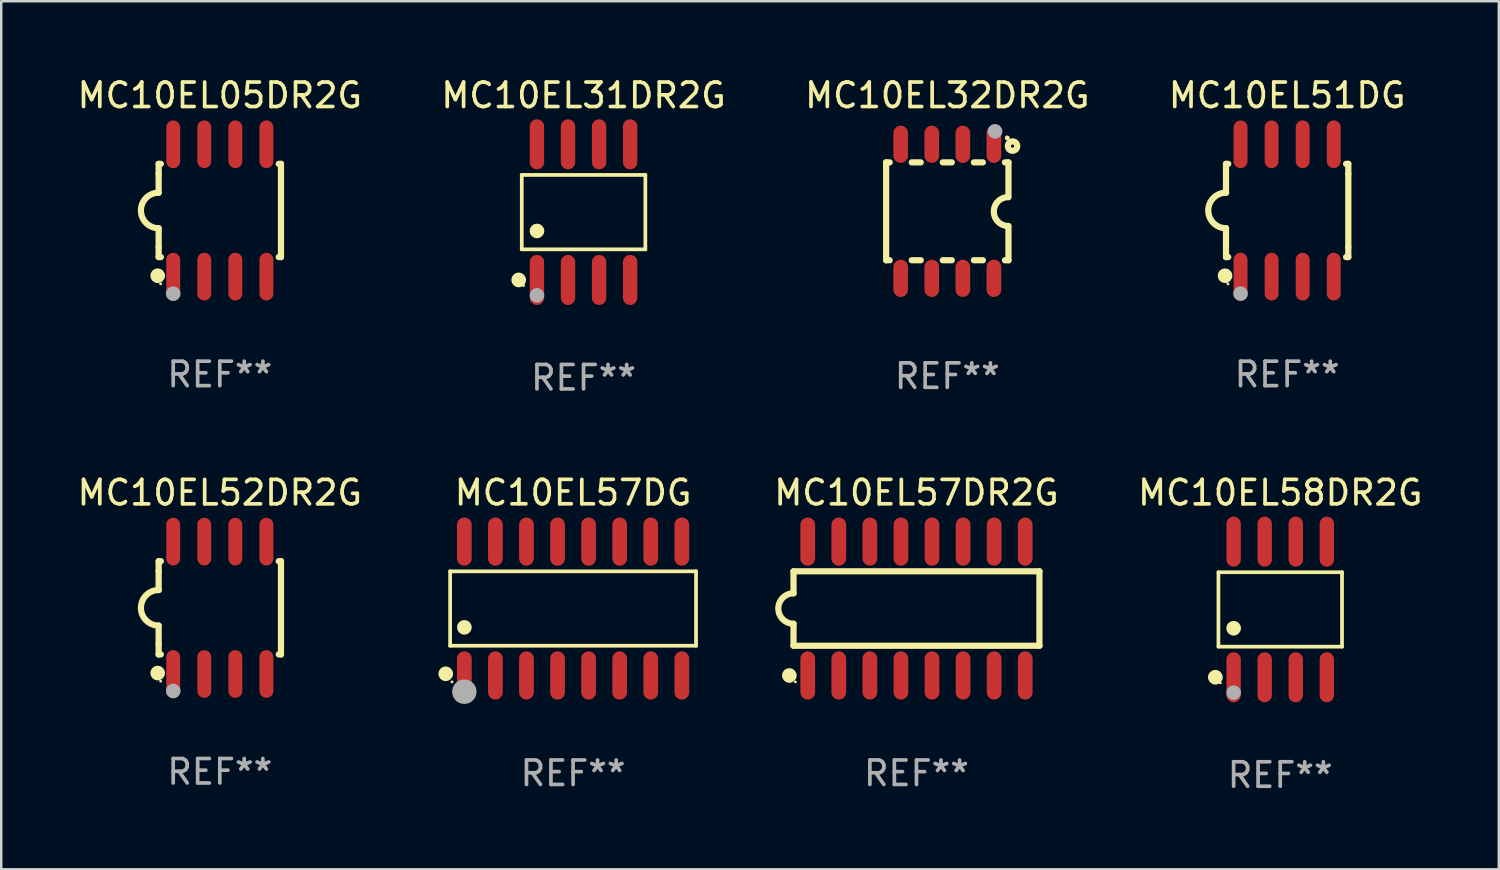
<source format=kicad_pcb>
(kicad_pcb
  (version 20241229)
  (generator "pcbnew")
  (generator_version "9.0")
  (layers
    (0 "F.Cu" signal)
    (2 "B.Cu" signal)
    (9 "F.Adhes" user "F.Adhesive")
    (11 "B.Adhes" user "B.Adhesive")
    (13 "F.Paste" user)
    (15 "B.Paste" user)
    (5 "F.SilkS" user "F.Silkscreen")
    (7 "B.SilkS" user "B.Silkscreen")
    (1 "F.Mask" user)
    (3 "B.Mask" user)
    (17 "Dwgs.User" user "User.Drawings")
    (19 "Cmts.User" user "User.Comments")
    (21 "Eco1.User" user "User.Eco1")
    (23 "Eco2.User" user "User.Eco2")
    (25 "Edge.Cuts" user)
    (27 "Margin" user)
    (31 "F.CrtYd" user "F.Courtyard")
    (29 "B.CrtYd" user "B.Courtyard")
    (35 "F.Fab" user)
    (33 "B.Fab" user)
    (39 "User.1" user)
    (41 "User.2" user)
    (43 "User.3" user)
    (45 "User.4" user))
  (footprint "MC10EL52DR2G"
    (layer "F.Cu")
    (at 5.935 21.795)
    (property "Reference" "MC10EL52DR2G" (at 0 -4.705 0) (layer "F.SilkS") (effects (font (size 1 1) (thickness 0.15))))
    (attr through_hole)
    (fp_line (start -2.5 -1.905) (end -2.409 -1.905) (stroke (width 0.254) (type solid)) (layer "F.SilkS"))
    (fp_line (start -2.5 -1.5) (end -2.5 -1.905) (stroke (width 0.254) (type solid)) (layer "F.SilkS"))
    (fp_line (start -2.5 -1.5) (end -2.5 -0.726) (stroke (width 0.254) (type solid)) (layer "F.SilkS"))
    (fp_line (start -2.5 1.5) (end -2.5 0.727) (stroke (width 0.254) (type solid)) (layer "F.SilkS"))
    (fp_line (start -2.5 1.5) (end -2.5 1.905) (stroke (width 0.254) (type solid)) (layer "F.SilkS"))
    (fp_line (start -2.5 1.905) (end -2.409 1.905) (stroke (width 0.254) (type solid)) (layer "F.SilkS"))
    (fp_line (start 2.5 -1.905) (end 2.409 -1.905) (stroke (width 0.254) (type solid)) (layer "F.SilkS"))
    (fp_line (start 2.5 -1.5) (end 2.5 -1.905) (stroke (width 0.254) (type solid)) (layer "F.SilkS"))
    (fp_line (start 2.5 -1.5) (end 2.5 1.5) (stroke (width 0.254) (type solid)) (layer "F.SilkS"))
    (fp_line (start 2.5 1.5) (end 2.5 1.905) (stroke (width 0.254) (type solid)) (layer "F.SilkS"))
    (fp_line (start 2.5 1.905) (end 2.409 1.905) (stroke (width 0.254) (type solid)) (layer "F.SilkS"))
    (fp_arc (start -2.5 0.726568) (mid -3.220316 -0.0023) (end -2.495097 -0.726289) (stroke (width 0.254001) (type solid)) (layer "F.SilkS"))
    (fp_circle (center -2.54 2.667) (end -2.39 2.667) (stroke (width 0.3) (type solid)) (fill no) (layer "F.SilkS"))
    (fp_circle (center -2.42 3) (end -2.39 3) (stroke (width 0.06) (type solid)) (fill no) (layer "F.SilkS"))
    (fp_circle (center -1.905 3.4) (end -1.755 3.4) (stroke (width 0.3) (type solid)) (fill no) (layer "F.Fab"))
    (fp_text user "REF**" (at 0 6.705 0) (layer "F.Fab") (effects (font (size 1 1) (thickness 0.15))))
    (pad "1" smd oval (at -1.905 2.705) (size 0.568 1.95) (layers "F.Cu" "F.Mask" "F.Paste"))
    (pad "2" smd oval (at -0.635 2.705) (size 0.568 1.95) (layers "F.Cu" "F.Mask" "F.Paste"))
    (pad "3" smd oval (at 0.635 2.705) (size 0.568 1.95) (layers "F.Cu" "F.Mask" "F.Paste"))
    (pad "4" smd oval (at 1.905 2.705) (size 0.568 1.95) (layers "F.Cu" "F.Mask" "F.Paste"))
    (pad "5" smd oval (at 1.905 -2.705) (size 0.568 1.95) (layers "F.Cu" "F.Mask" "F.Paste"))
    (pad "6" smd oval (at 0.635 -2.705) (size 0.568 1.95) (layers "F.Cu" "F.Mask" "F.Paste"))
    (pad "7" smd oval (at -0.635 -2.705) (size 0.568 1.95) (layers "F.Cu" "F.Mask" "F.Paste"))
    (pad "8" smd oval (at -1.905 -2.705) (size 0.568 1.95) (layers "F.Cu" "F.Mask" "F.Paste")))
  (footprint "MC10EL58DR2G"
    (layer "F.Cu")
    (at 49.282 21.862)
    (property "Reference" "MC10EL58DR2G" (at 0 -4.772 0) (layer "F.SilkS") (effects (font (size 1 1) (thickness 0.15))))
    (attr through_hole)
    (fp_line (start -2.526 -1.521) (end 2.526 -1.521) (stroke (width 0.152) (type solid)) (layer "F.SilkS"))
    (fp_line (start -2.526 1.521) (end -2.526 -1.521) (stroke (width 0.152) (type solid)) (layer "F.SilkS"))
    (fp_line (start 2.526 -1.521) (end 2.526 1.521) (stroke (width 0.152) (type solid)) (layer "F.SilkS"))
    (fp_line (start 2.526 1.521) (end -2.526 1.521) (stroke (width 0.152) (type solid)) (layer "F.SilkS"))
    (fp_circle (center -2.652 2.772) (end -2.501 2.772) (stroke (width 0.3) (type solid)) (fill no) (layer "F.SilkS"))
    (fp_circle (center -2.45 3) (end -2.42 3) (stroke (width 0.06) (type solid)) (fill no) (layer "F.SilkS"))
    (fp_circle (center -1.905 0.769) (end -1.755 0.769) (stroke (width 0.3) (type solid)) (fill no) (layer "F.SilkS"))
    (fp_circle (center -1.905 3.4) (end -1.755 3.4) (stroke (width 0.3) (type solid)) (fill no) (layer "F.Fab"))
    (fp_text user "REF**" (at 0 6.772 0) (layer "F.Fab") (effects (font (size 1 1) (thickness 0.15))))
    (pad "1" smd oval (at -1.905 2.772) (size 0.588 2.045) (layers "F.Cu" "F.Mask" "F.Paste"))
    (pad "2" smd oval (at -0.635 2.772) (size 0.588 2.045) (layers "F.Cu" "F.Mask" "F.Paste"))
    (pad "3" smd oval (at 0.635 2.772) (size 0.588 2.045) (layers "F.Cu" "F.Mask" "F.Paste"))
    (pad "4" smd oval (at 1.905 2.772) (size 0.588 2.045) (layers "F.Cu" "F.Mask" "F.Paste"))
    (pad "5" smd oval (at 1.905 -2.772) (size 0.588 2.045) (layers "F.Cu" "F.Mask" "F.Paste"))
    (pad "6" smd oval (at 0.635 -2.772) (size 0.588 2.045) (layers "F.Cu" "F.Mask" "F.Paste"))
    (pad "7" smd oval (at -0.635 -2.772) (size 0.588 2.045) (layers "F.Cu" "F.Mask" "F.Paste"))
    (pad "8" smd oval (at -1.905 -2.772) (size 0.588 2.045) (layers "F.Cu" "F.Mask" "F.Paste")))
  (footprint "MC10EL31DR2G"
    (layer "F.Cu")
    (at 20.804 5.621)
    (property "Reference" "MC10EL31DR2G" (at 0 -4.772 0) (layer "F.SilkS") (effects (font (size 1 1) (thickness 0.15))))
    (attr through_hole)
    (fp_line (start -2.526 -1.521) (end 2.526 -1.521) (stroke (width 0.152) (type solid)) (layer "F.SilkS"))
    (fp_line (start -2.526 1.521) (end -2.526 -1.521) (stroke (width 0.152) (type solid)) (layer "F.SilkS"))
    (fp_line (start 2.526 -1.521) (end 2.526 1.521) (stroke (width 0.152) (type solid)) (layer "F.SilkS"))
    (fp_line (start 2.526 1.521) (end -2.526 1.521) (stroke (width 0.152) (type solid)) (layer "F.SilkS"))
    (fp_circle (center -2.652 2.772) (end -2.501 2.772) (stroke (width 0.3) (type solid)) (fill no) (layer "F.SilkS"))
    (fp_circle (center -2.45 3) (end -2.42 3) (stroke (width 0.06) (type solid)) (fill no) (layer "F.SilkS"))
    (fp_circle (center -1.905 0.769) (end -1.755 0.769) (stroke (width 0.3) (type solid)) (fill no) (layer "F.SilkS"))
    (fp_circle (center -1.905 3.4) (end -1.755 3.4) (stroke (width 0.3) (type solid)) (fill no) (layer "F.Fab"))
    (fp_text user "REF**" (at 0 6.772 0) (layer "F.Fab") (effects (font (size 1 1) (thickness 0.15))))
    (pad "1" smd oval (at -1.905 2.772) (size 0.588 2.045) (layers "F.Cu" "F.Mask" "F.Paste"))
    (pad "2" smd oval (at -0.635 2.772) (size 0.588 2.045) (layers "F.Cu" "F.Mask" "F.Paste"))
    (pad "3" smd oval (at 0.635 2.772) (size 0.588 2.045) (layers "F.Cu" "F.Mask" "F.Paste"))
    (pad "4" smd oval (at 1.905 2.772) (size 0.588 2.045) (layers "F.Cu" "F.Mask" "F.Paste"))
    (pad "5" smd oval (at 1.905 -2.772) (size 0.588 2.045) (layers "F.Cu" "F.Mask" "F.Paste"))
    (pad "6" smd oval (at 0.635 -2.772) (size 0.588 2.045) (layers "F.Cu" "F.Mask" "F.Paste"))
    (pad "7" smd oval (at -0.635 -2.772) (size 0.588 2.045) (layers "F.Cu" "F.Mask" "F.Paste"))
    (pad "8" smd oval (at -1.905 -2.772) (size 0.588 2.045) (layers "F.Cu" "F.Mask" "F.Paste")))
  (footprint "MC10EL57DR2G"
    (layer "F.Cu")
    (at 34.413 21.825)
    (property "Reference" "MC10EL57DR2G" (at 0 -4.736 0) (layer "F.SilkS") (effects (font (size 1 1) (thickness 0.15))))
    (attr through_hole)
    (fp_line (start -5.026 -1.521) (end -5.026 -0.621) (stroke (width 0.254) (type solid)) (layer "F.SilkS"))
    (fp_line (start -5.026 -1.521) (end 5.026 -1.521) (stroke (width 0.254) (type solid)) (layer "F.SilkS"))
    (fp_line (start -5.026 1.521) (end -5.026 0.621) (stroke (width 0.254) (type solid)) (layer "F.SilkS"))
    (fp_line (start 5.026 -1.521) (end 5.026 1.521) (stroke (width 0.254) (type solid)) (layer "F.SilkS"))
    (fp_line (start 5.026 1.521) (end -5.026 1.521) (stroke (width 0.254) (type solid)) (layer "F.SilkS"))
    (fp_arc (start -5.026187 0.621387) (mid -5.647752 -0.000787) (end -5.025781 -0.622555) (stroke (width 0.254001) (type solid)) (layer "F.SilkS"))
    (fp_circle (center -5.198 2.736) (end -5.048 2.736) (stroke (width 0.3) (type solid)) (fill no) (layer "F.SilkS"))
    (fp_circle (center -4.95 3) (end -4.92 3) (stroke (width 0.06) (type solid)) (fill no) (layer "F.SilkS"))
    (fp_text user "REF**" (at 0 6.736 0) (layer "F.Fab") (effects (font (size 1 1) (thickness 0.15))))
    (pad "1" smd oval (at -4.445 2.736) (size 0.602 1.971) (layers "F.Cu" "F.Mask" "F.Paste"))
    (pad "2" smd oval (at -3.175 2.736) (size 0.602 1.971) (layers "F.Cu" "F.Mask" "F.Paste"))
    (pad "3" smd oval (at -1.905 2.736) (size 0.602 1.971) (layers "F.Cu" "F.Mask" "F.Paste"))
    (pad "4" smd oval (at -0.635 2.736) (size 0.602 1.971) (layers "F.Cu" "F.Mask" "F.Paste"))
    (pad "5" smd oval (at 0.635 2.736) (size 0.602 1.971) (layers "F.Cu" "F.Mask" "F.Paste"))
    (pad "6" smd oval (at 1.905 2.736) (size 0.602 1.971) (layers "F.Cu" "F.Mask" "F.Paste"))
    (pad "7" smd oval (at 3.175 2.736) (size 0.602 1.971) (layers "F.Cu" "F.Mask" "F.Paste"))
    (pad "8" smd oval (at 4.445 2.736) (size 0.602 1.971) (layers "F.Cu" "F.Mask" "F.Paste"))
    (pad "9" smd oval (at 4.445 -2.736) (size 0.602 1.971) (layers "F.Cu" "F.Mask" "F.Paste"))
    (pad "10" smd oval (at 3.175 -2.736) (size 0.602 1.971) (layers "F.Cu" "F.Mask" "F.Paste"))
    (pad "11" smd oval (at 1.905 -2.736) (size 0.602 1.971) (layers "F.Cu" "F.Mask" "F.Paste"))
    (pad "12" smd oval (at 0.635 -2.736) (size 0.602 1.971) (layers "F.Cu" "F.Mask" "F.Paste"))
    (pad "13" smd oval (at -0.635 -2.736) (size 0.602 1.971) (layers "F.Cu" "F.Mask" "F.Paste"))
    (pad "14" smd oval (at -1.905 -2.736) (size 0.602 1.971) (layers "F.Cu" "F.Mask" "F.Paste"))
    (pad "15" smd oval (at -3.175 -2.736) (size 0.602 1.971) (layers "F.Cu" "F.Mask" "F.Paste"))
    (pad "16" smd oval (at -4.445 -2.736) (size 0.602 1.971) (layers "F.Cu" "F.Mask" "F.Paste")))
  (footprint "MC10EL05DR2G"
    (layer "F.Cu")
    (at 5.935 5.553)
    (property "Reference" "MC10EL05DR2G" (at 0 -4.705 0) (layer "F.SilkS") (effects (font (size 1 1) (thickness 0.15))))
    (attr through_hole)
    (fp_line (start -2.5 -1.905) (end -2.409 -1.905) (stroke (width 0.254) (type solid)) (layer "F.SilkS"))
    (fp_line (start -2.5 -1.5) (end -2.5 -1.905) (stroke (width 0.254) (type solid)) (layer "F.SilkS"))
    (fp_line (start -2.5 -1.5) (end -2.5 -0.726) (stroke (width 0.254) (type solid)) (layer "F.SilkS"))
    (fp_line (start -2.5 1.5) (end -2.5 0.727) (stroke (width 0.254) (type solid)) (layer "F.SilkS"))
    (fp_line (start -2.5 1.5) (end -2.5 1.905) (stroke (width 0.254) (type solid)) (layer "F.SilkS"))
    (fp_line (start -2.5 1.905) (end -2.409 1.905) (stroke (width 0.254) (type solid)) (layer "F.SilkS"))
    (fp_line (start 2.5 -1.905) (end 2.409 -1.905) (stroke (width 0.254) (type solid)) (layer "F.SilkS"))
    (fp_line (start 2.5 -1.5) (end 2.5 -1.905) (stroke (width 0.254) (type solid)) (layer "F.SilkS"))
    (fp_line (start 2.5 -1.5) (end 2.5 1.5) (stroke (width 0.254) (type solid)) (layer "F.SilkS"))
    (fp_line (start 2.5 1.5) (end 2.5 1.905) (stroke (width 0.254) (type solid)) (layer "F.SilkS"))
    (fp_line (start 2.5 1.905) (end 2.409 1.905) (stroke (width 0.254) (type solid)) (layer "F.SilkS"))
    (fp_arc (start -2.5 0.726568) (mid -3.220316 -0.0023) (end -2.495097 -0.726289) (stroke (width 0.254001) (type solid)) (layer "F.SilkS"))
    (fp_circle (center -2.54 2.667) (end -2.39 2.667) (stroke (width 0.3) (type solid)) (fill no) (layer "F.SilkS"))
    (fp_circle (center -2.42 3) (end -2.39 3) (stroke (width 0.06) (type solid)) (fill no) (layer "F.SilkS"))
    (fp_circle (center -1.905 3.4) (end -1.755 3.4) (stroke (width 0.3) (type solid)) (fill no) (layer "F.Fab"))
    (fp_text user "REF**" (at 0 6.705 0) (layer "F.Fab") (effects (font (size 1 1) (thickness 0.15))))
    (pad "1" smd oval (at -1.905 2.705) (size 0.568 1.95) (layers "F.Cu" "F.Mask" "F.Paste"))
    (pad "2" smd oval (at -0.635 2.705) (size 0.568 1.95) (layers "F.Cu" "F.Mask" "F.Paste"))
    (pad "3" smd oval (at 0.635 2.705) (size 0.568 1.95) (layers "F.Cu" "F.Mask" "F.Paste"))
    (pad "4" smd oval (at 1.905 2.705) (size 0.568 1.95) (layers "F.Cu" "F.Mask" "F.Paste"))
    (pad "5" smd oval (at 1.905 -2.705) (size 0.568 1.95) (layers "F.Cu" "F.Mask" "F.Paste"))
    (pad "6" smd oval (at 0.635 -2.705) (size 0.568 1.95) (layers "F.Cu" "F.Mask" "F.Paste"))
    (pad "7" smd oval (at -0.635 -2.705) (size 0.568 1.95) (layers "F.Cu" "F.Mask" "F.Paste"))
    (pad "8" smd oval (at -1.905 -2.705) (size 0.568 1.95) (layers "F.Cu" "F.Mask" "F.Paste")))
  (footprint "MC10EL32DR2G"
    (layer "F.Cu")
    (at 35.673 5.588)
    (property "Reference" "MC10EL32DR2G" (at 0 -4.74 0) (layer "F.SilkS") (effects (font (size 1 1) (thickness 0.15))))
    (attr through_hole)
    (fp_line (start -2.5 2) (end -2.5 -2) (stroke (width 0.254) (type solid)) (layer "F.SilkS"))
    (fp_line (start -2.356 -2) (end -2.5 -2) (stroke (width 0.254) (type solid)) (layer "F.SilkS"))
    (fp_line (start -2.356 2) (end -2.5 2) (stroke (width 0.254) (type solid)) (layer "F.SilkS"))
    (fp_line (start -1.086 -2) (end -1.454 -2) (stroke (width 0.254) (type solid)) (layer "F.SilkS"))
    (fp_line (start -1.086 2) (end -1.454 2) (stroke (width 0.254) (type solid)) (layer "F.SilkS"))
    (fp_line (start 0.184 -2) (end -0.184 -2) (stroke (width 0.254) (type solid)) (layer "F.SilkS"))
    (fp_line (start 0.184 2) (end -0.184 2) (stroke (width 0.254) (type solid)) (layer "F.SilkS"))
    (fp_line (start 1.454 -2) (end 1.086 -2) (stroke (width 0.254) (type solid)) (layer "F.SilkS"))
    (fp_line (start 1.454 2) (end 1.086 2) (stroke (width 0.254) (type solid)) (layer "F.SilkS"))
    (fp_line (start 2.5 -2) (end 2.356 -2) (stroke (width 0.254) (type solid)) (layer "F.SilkS"))
    (fp_line (start 2.5 -0.58) (end 2.5 -2) (stroke (width 0.254) (type solid)) (layer "F.SilkS"))
    (fp_line (start 2.5 2) (end 2.356 2) (stroke (width 0.254) (type solid)) (layer "F.SilkS"))
    (fp_line (start 2.5 2) (end 2.5 0.6) (stroke (width 0.254) (type solid)) (layer "F.SilkS"))
    (fp_arc (start 2.489992 0.600051) (mid 1.901674 0.010046) (end 2.489992 -0.579959) (stroke (width 0.254001) (type solid)) (layer "F.SilkS"))
    (fp_circle (center 2.45 -3) (end 2.5 -3) (stroke (width 0.1) (type solid)) (fill no) (layer "F.SilkS"))
    (fp_circle (center 2.667 -2.667) (end 2.858 -2.667) (stroke (width 0.254) (type solid)) (fill no) (layer "F.SilkS"))
    (fp_circle (center 1.95 -3.27) (end 2.1 -3.27) (stroke (width 0.3) (type solid)) (fill no) (layer "F.Fab"))
    (fp_text user "REF**" (at 0 6.74 0) (layer "F.Fab") (effects (font (size 1 1) (thickness 0.15))))
    (pad "1" smd oval (at 1.905 -2.74) (size 0.6 1.52) (layers "F.Cu" "F.Mask" "F.Paste"))
    (pad "2" smd oval (at 0.635 -2.74) (size 0.6 1.52) (layers "F.Cu" "F.Mask" "F.Paste"))
    (pad "3" smd oval (at -0.635 -2.74) (size 0.6 1.52) (layers "F.Cu" "F.Mask" "F.Paste"))
    (pad "4" smd oval (at -1.905 -2.74) (size 0.6 1.52) (layers "F.Cu" "F.Mask" "F.Paste"))
    (pad "5" smd oval (at -1.905 2.74) (size 0.6 1.52) (layers "F.Cu" "F.Mask" "F.Paste"))
    (pad "6" smd oval (at -0.635 2.74) (size 0.6 1.52) (layers "F.Cu" "F.Mask" "F.Paste"))
    (pad "7" smd oval (at 0.635 2.74) (size 0.6 1.52) (layers "F.Cu" "F.Mask" "F.Paste"))
    (pad "8" smd oval (at 1.905 2.74) (size 0.6 1.52) (layers "F.Cu" "F.Mask" "F.Paste")))
  (footprint "MC10EL51DG"
    (layer "F.Cu")
    (at 49.565 5.553)
    (property "Reference" "MC10EL51DG" (at 0 -4.705 0) (layer "F.SilkS") (effects (font (size 1 1) (thickness 0.15))))
    (attr through_hole)
    (fp_line (start -2.5 -1.905) (end -2.409 -1.905) (stroke (width 0.254) (type solid)) (layer "F.SilkS"))
    (fp_line (start -2.5 -1.5) (end -2.5 -1.905) (stroke (width 0.254) (type solid)) (layer "F.SilkS"))
    (fp_line (start -2.5 -1.5) (end -2.5 -0.726) (stroke (width 0.254) (type solid)) (layer "F.SilkS"))
    (fp_line (start -2.5 1.5) (end -2.5 0.727) (stroke (width 0.254) (type solid)) (layer "F.SilkS"))
    (fp_line (start -2.5 1.5) (end -2.5 1.905) (stroke (width 0.254) (type solid)) (layer "F.SilkS"))
    (fp_line (start -2.5 1.905) (end -2.409 1.905) (stroke (width 0.254) (type solid)) (layer "F.SilkS"))
    (fp_line (start 2.5 -1.905) (end 2.409 -1.905) (stroke (width 0.254) (type solid)) (layer "F.SilkS"))
    (fp_line (start 2.5 -1.5) (end 2.5 -1.905) (stroke (width 0.254) (type solid)) (layer "F.SilkS"))
    (fp_line (start 2.5 -1.5) (end 2.5 1.5) (stroke (width 0.254) (type solid)) (layer "F.SilkS"))
    (fp_line (start 2.5 1.5) (end 2.5 1.905) (stroke (width 0.254) (type solid)) (layer "F.SilkS"))
    (fp_line (start 2.5 1.905) (end 2.409 1.905) (stroke (width 0.254) (type solid)) (layer "F.SilkS"))
    (fp_arc (start -2.5 0.726568) (mid -3.220316 -0.0023) (end -2.495097 -0.726289) (stroke (width 0.254001) (type solid)) (layer "F.SilkS"))
    (fp_circle (center -2.54 2.667) (end -2.39 2.667) (stroke (width 0.3) (type solid)) (fill no) (layer "F.SilkS"))
    (fp_circle (center -2.42 3) (end -2.39 3) (stroke (width 0.06) (type solid)) (fill no) (layer "F.SilkS"))
    (fp_circle (center -1.905 3.4) (end -1.755 3.4) (stroke (width 0.3) (type solid)) (fill no) (layer "F.Fab"))
    (fp_text user "REF**" (at 0 6.705 0) (layer "F.Fab") (effects (font (size 1 1) (thickness 0.15))))
    (pad "1" smd oval (at -1.905 2.705) (size 0.568 1.95) (layers "F.Cu" "F.Mask" "F.Paste"))
    (pad "2" smd oval (at -0.635 2.705) (size 0.568 1.95) (layers "F.Cu" "F.Mask" "F.Paste"))
    (pad "3" smd oval (at 0.635 2.705) (size 0.568 1.95) (layers "F.Cu" "F.Mask" "F.Paste"))
    (pad "4" smd oval (at 1.905 2.705) (size 0.568 1.95) (layers "F.Cu" "F.Mask" "F.Paste"))
    (pad "5" smd oval (at 1.905 -2.705) (size 0.568 1.95) (layers "F.Cu" "F.Mask" "F.Paste"))
    (pad "6" smd oval (at 0.635 -2.705) (size 0.568 1.95) (layers "F.Cu" "F.Mask" "F.Paste"))
    (pad "7" smd oval (at -0.635 -2.705) (size 0.568 1.95) (layers "F.Cu" "F.Mask" "F.Paste"))
    (pad "8" smd oval (at -1.905 -2.705) (size 0.568 1.95) (layers "F.Cu" "F.Mask" "F.Paste")))
  (footprint "MC10EL57DG"
    (layer "F.Cu")
    (at 20.376 21.825)
    (property "Reference" "MC10EL57DG" (at 0 -4.736 0) (layer "F.SilkS") (effects (font (size 1 1) (thickness 0.15))))
    (attr through_hole)
    (fp_line (start -5.026 -1.521) (end 5.026 -1.521) (stroke (width 0.152) (type solid)) (layer "F.SilkS"))
    (fp_line (start -5.026 1.521) (end -5.026 -1.521) (stroke (width 0.152) (type solid)) (layer "F.SilkS"))
    (fp_line (start 5.026 -1.521) (end 5.026 1.521) (stroke (width 0.152) (type solid)) (layer "F.SilkS"))
    (fp_line (start 5.026 1.521) (end -5.026 1.521) (stroke (width 0.152) (type solid)) (layer "F.SilkS"))
    (fp_circle (center -5.207 2.667) (end -5.057 2.667) (stroke (width 0.3) (type solid)) (fill no) (layer "F.SilkS"))
    (fp_circle (center -4.95 3) (end -4.92 3) (stroke (width 0.06) (type solid)) (fill no) (layer "F.SilkS"))
    (fp_circle (center -4.445 0.769) (end -4.295 0.769) (stroke (width 0.3) (type solid)) (fill no) (layer "F.SilkS"))
    (fp_circle (center -4.445 3.4) (end -4.195 3.4) (stroke (width 0.5) (type solid)) (fill no) (layer "F.Fab"))
    (fp_text user "REF**" (at 0 6.736 0) (layer "F.Fab") (effects (font (size 1 1) (thickness 0.15))))
    (pad "1" smd oval (at -4.445 2.736) (size 0.602 1.971) (layers "F.Cu" "F.Mask" "F.Paste"))
    (pad "2" smd oval (at -3.175 2.736) (size 0.602 1.971) (layers "F.Cu" "F.Mask" "F.Paste"))
    (pad "3" smd oval (at -1.905 2.736) (size 0.602 1.971) (layers "F.Cu" "F.Mask" "F.Paste"))
    (pad "4" smd oval (at -0.635 2.736) (size 0.602 1.971) (layers "F.Cu" "F.Mask" "F.Paste"))
    (pad "5" smd oval (at 0.635 2.736) (size 0.602 1.971) (layers "F.Cu" "F.Mask" "F.Paste"))
    (pad "6" smd oval (at 1.905 2.736) (size 0.602 1.971) (layers "F.Cu" "F.Mask" "F.Paste"))
    (pad "7" smd oval (at 3.175 2.736) (size 0.602 1.971) (layers "F.Cu" "F.Mask" "F.Paste"))
    (pad "8" smd oval (at 4.445 2.736) (size 0.602 1.971) (layers "F.Cu" "F.Mask" "F.Paste"))
    (pad "9" smd oval (at 4.445 -2.736) (size 0.602 1.971) (layers "F.Cu" "F.Mask" "F.Paste"))
    (pad "10" smd oval (at 3.175 -2.736) (size 0.602 1.971) (layers "F.Cu" "F.Mask" "F.Paste"))
    (pad "11" smd oval (at 1.905 -2.736) (size 0.602 1.971) (layers "F.Cu" "F.Mask" "F.Paste"))
    (pad "12" smd oval (at 0.635 -2.736) (size 0.602 1.971) (layers "F.Cu" "F.Mask" "F.Paste"))
    (pad "13" smd oval (at -0.635 -2.736) (size 0.602 1.971) (layers "F.Cu" "F.Mask" "F.Paste"))
    (pad "14" smd oval (at -1.905 -2.736) (size 0.602 1.971) (layers "F.Cu" "F.Mask" "F.Paste"))
    (pad "15" smd oval (at -3.175 -2.736) (size 0.602 1.971) (layers "F.Cu" "F.Mask" "F.Paste"))
    (pad "16" smd oval (at -4.445 -2.736) (size 0.602 1.971) (layers "F.Cu" "F.Mask" "F.Paste")))
  (gr_rect
    (start -3 -3)
    (end 58.217 32.483)
    (stroke (width 0.1) (type default))
    (fill no)
    (layer "Edge.Cuts")))
</source>
